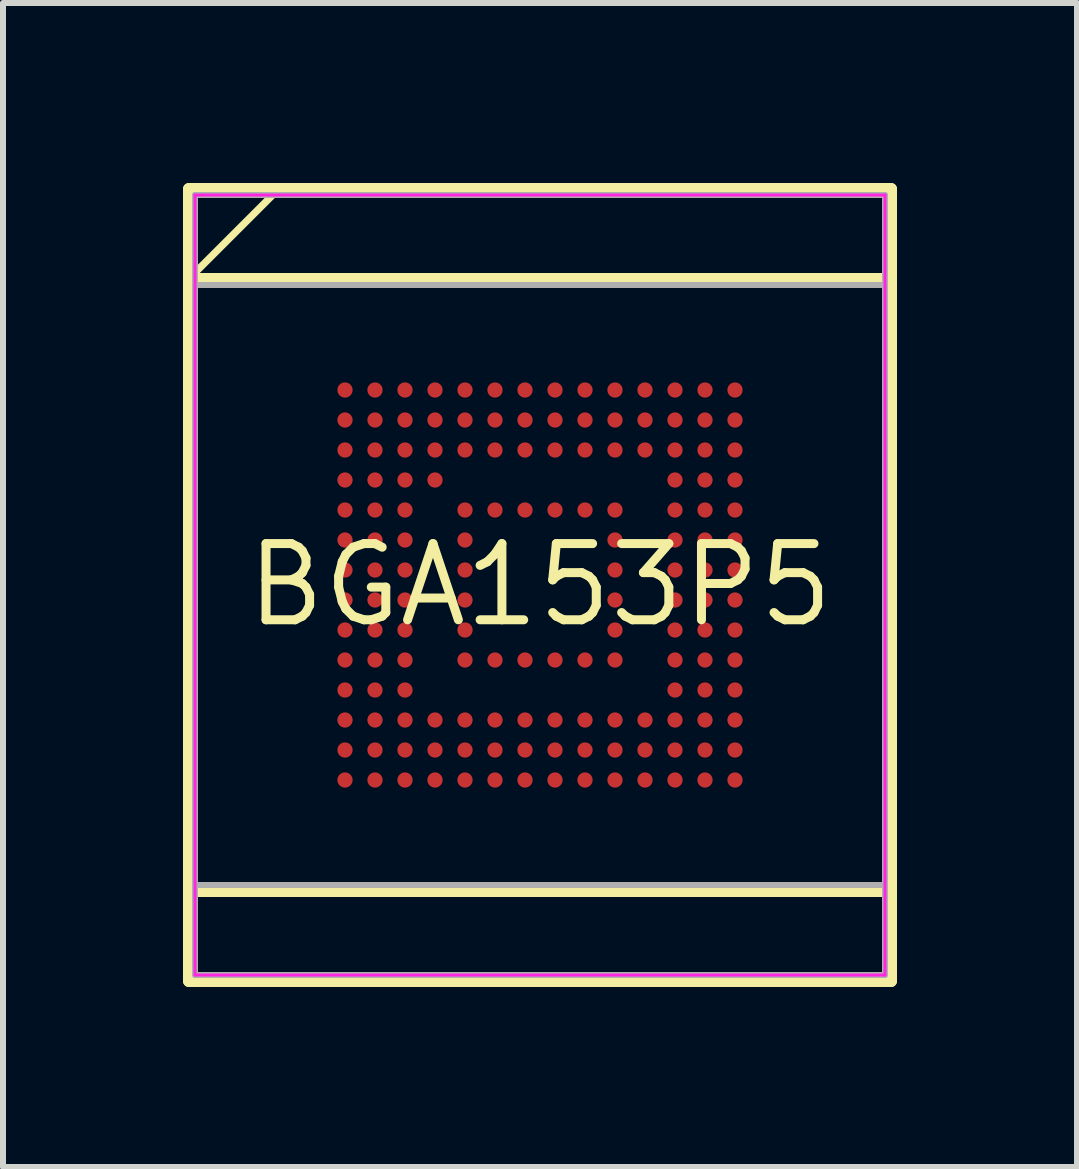
<source format=kicad_pcb>
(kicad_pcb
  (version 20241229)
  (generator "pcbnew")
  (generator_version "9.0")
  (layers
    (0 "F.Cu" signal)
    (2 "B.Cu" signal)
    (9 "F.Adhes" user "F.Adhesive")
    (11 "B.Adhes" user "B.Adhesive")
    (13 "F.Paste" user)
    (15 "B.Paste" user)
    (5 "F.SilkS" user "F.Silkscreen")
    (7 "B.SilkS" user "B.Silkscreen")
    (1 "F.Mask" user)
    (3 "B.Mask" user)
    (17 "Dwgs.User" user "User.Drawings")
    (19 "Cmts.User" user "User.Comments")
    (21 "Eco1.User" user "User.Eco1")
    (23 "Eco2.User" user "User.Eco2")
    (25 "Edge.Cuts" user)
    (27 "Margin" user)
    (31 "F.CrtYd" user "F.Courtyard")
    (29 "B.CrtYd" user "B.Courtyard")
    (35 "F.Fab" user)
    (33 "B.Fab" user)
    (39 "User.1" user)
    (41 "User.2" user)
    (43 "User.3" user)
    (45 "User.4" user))
  (footprint "BGA153P5"
    (layer "F.Cu")
    (at 5.95 6.7)
    (property "Reference" "BGA153P5" (at 0 0 0) (layer "F.SilkS") (effects (font (size 1.27 1.27) (thickness 0.15))))
    (fp_line (start -5.85 -6.6) (end -5.85 6.6) (stroke (width 0.2) (type solid)) (layer "F.SilkS"))
    (fp_line (start -5.85 5.1) (end 5.85 5.1) (stroke (width 0.2) (type solid)) (layer "F.SilkS"))
    (fp_line (start -5.85 6.6) (end 5.85 6.6) (stroke (width 0.2) (type solid)) (layer "F.SilkS"))
    (fp_line (start -5.822 -6.584) (end -5.822 -5.133) (stroke (width 0.12) (type solid)) (layer "F.SilkS"))
    (fp_line (start -5.822 -5.133) (end -4.371 -6.584) (stroke (width 0.12) (type solid)) (layer "F.SilkS"))
    (fp_line (start -4.371 -6.584) (end -5.822 -6.584) (stroke (width 0.12) (type solid)) (layer "F.SilkS"))
    (fp_line (start 5.85 -6.6) (end -5.85 -6.6) (stroke (width 0.2) (type solid)) (layer "F.SilkS"))
    (fp_line (start 5.85 -5.1) (end -5.85 -5.1) (stroke (width 0.2) (type solid)) (layer "F.SilkS"))
    (fp_line (start 5.85 6.6) (end 5.85 -6.6) (stroke (width 0.2) (type solid)) (layer "F.SilkS"))
    (fp_line (start -5.75 -6.5) (end 5.75 -6.5) (stroke (width 0.05) (type solid)) (layer "F.CrtYd"))
    (fp_line (start -5.75 6.5) (end -5.75 -6.5) (stroke (width 0.05) (type solid)) (layer "F.CrtYd"))
    (fp_line (start 5.75 -6.5) (end 5.75 6.5) (stroke (width 0.05) (type solid)) (layer "F.CrtYd"))
    (fp_line (start 5.75 6.5) (end -5.75 6.5) (stroke (width 0.05) (type solid)) (layer "F.CrtYd"))
    (fp_line (start -5.75 -6.5) (end 5.75 -6.5) (stroke (width 0.1) (type solid)) (layer "F.Fab"))
    (fp_line (start -5.75 -5) (end 5.75 -5) (stroke (width 0.1) (type solid)) (layer "F.Fab"))
    (fp_line (start -5.75 6.5) (end -5.75 -6.5) (stroke (width 0.1) (type solid)) (layer "F.Fab"))
    (fp_line (start 5.75 -6.5) (end 5.75 6.5) (stroke (width 0.1) (type solid)) (layer "F.Fab"))
    (fp_line (start 5.75 5) (end -5.75 5) (stroke (width 0.1) (type solid)) (layer "F.Fab"))
    (fp_line (start 5.75 6.5) (end -5.75 6.5) (stroke (width 0.1) (type solid)) (layer "F.Fab"))
    (pad "A1" smd circle (at -3.25 -3.25) (size 0.254 0.254) (layers "F.Cu" "F.Mask" "F.Paste"))
    (pad "A2" smd circle (at -2.75 -3.25) (size 0.254 0.254) (layers "F.Cu" "F.Mask" "F.Paste"))
    (pad "A3" smd circle (at -2.25 -3.25) (size 0.254 0.254) (layers "F.Cu" "F.Mask" "F.Paste"))
    (pad "A4" smd circle (at -1.75 -3.25) (size 0.254 0.254) (layers "F.Cu" "F.Mask" "F.Paste"))
    (pad "A5" smd circle (at -1.25 -3.25) (size 0.254 0.254) (layers "F.Cu" "F.Mask" "F.Paste"))
    (pad "A6" smd circle (at -0.75 -3.25) (size 0.254 0.254) (layers "F.Cu" "F.Mask" "F.Paste"))
    (pad "A7" smd circle (at -0.25 -3.25) (size 0.254 0.254) (layers "F.Cu" "F.Mask" "F.Paste"))
    (pad "A8" smd circle (at 0.25 -3.25) (size 0.254 0.254) (layers "F.Cu" "F.Mask" "F.Paste"))
    (pad "A9" smd circle (at 0.75 -3.25) (size 0.254 0.254) (layers "F.Cu" "F.Mask" "F.Paste"))
    (pad "A10" smd circle (at 1.25 -3.25) (size 0.254 0.254) (layers "F.Cu" "F.Mask" "F.Paste"))
    (pad "A11" smd circle (at 1.75 -3.25) (size 0.254 0.254) (layers "F.Cu" "F.Mask" "F.Paste"))
    (pad "A12" smd circle (at 2.25 -3.25) (size 0.254 0.254) (layers "F.Cu" "F.Mask" "F.Paste"))
    (pad "A13" smd circle (at 2.75 -3.25) (size 0.254 0.254) (layers "F.Cu" "F.Mask" "F.Paste"))
    (pad "A14" smd circle (at 3.25 -3.25) (size 0.254 0.254) (layers "F.Cu" "F.Mask" "F.Paste"))
    (pad "B1" smd circle (at -3.25 -2.75) (size 0.254 0.254) (layers "F.Cu" "F.Mask" "F.Paste"))
    (pad "B2" smd circle (at -2.75 -2.75) (size 0.254 0.254) (layers "F.Cu" "F.Mask" "F.Paste"))
    (pad "B3" smd circle (at -2.25 -2.75) (size 0.254 0.254) (layers "F.Cu" "F.Mask" "F.Paste"))
    (pad "B4" smd circle (at -1.75 -2.75) (size 0.254 0.254) (layers "F.Cu" "F.Mask" "F.Paste"))
    (pad "B5" smd circle (at -1.25 -2.75) (size 0.254 0.254) (layers "F.Cu" "F.Mask" "F.Paste"))
    (pad "B6" smd circle (at -0.75 -2.75) (size 0.254 0.254) (layers "F.Cu" "F.Mask" "F.Paste"))
    (pad "B7" smd circle (at -0.25 -2.75) (size 0.254 0.254) (layers "F.Cu" "F.Mask" "F.Paste"))
    (pad "B8" smd circle (at 0.25 -2.75) (size 0.254 0.254) (layers "F.Cu" "F.Mask" "F.Paste"))
    (pad "B9" smd circle (at 0.75 -2.75) (size 0.254 0.254) (layers "F.Cu" "F.Mask" "F.Paste"))
    (pad "B10" smd circle (at 1.25 -2.75) (size 0.254 0.254) (layers "F.Cu" "F.Mask" "F.Paste"))
    (pad "B11" smd circle (at 1.75 -2.75) (size 0.254 0.254) (layers "F.Cu" "F.Mask" "F.Paste"))
    (pad "B12" smd circle (at 2.25 -2.75) (size 0.254 0.254) (layers "F.Cu" "F.Mask" "F.Paste"))
    (pad "B13" smd circle (at 2.75 -2.75) (size 0.254 0.254) (layers "F.Cu" "F.Mask" "F.Paste"))
    (pad "B14" smd circle (at 3.25 -2.75) (size 0.254 0.254) (layers "F.Cu" "F.Mask" "F.Paste"))
    (pad "C1" smd circle (at -3.25 -2.25) (size 0.254 0.254) (layers "F.Cu" "F.Mask" "F.Paste"))
    (pad "C2" smd circle (at -2.75 -2.25) (size 0.254 0.254) (layers "F.Cu" "F.Mask" "F.Paste"))
    (pad "C3" smd circle (at -2.25 -2.25) (size 0.254 0.254) (layers "F.Cu" "F.Mask" "F.Paste"))
    (pad "C4" smd circle (at -1.75 -2.25) (size 0.254 0.254) (layers "F.Cu" "F.Mask" "F.Paste"))
    (pad "C5" smd circle (at -1.25 -2.25) (size 0.254 0.254) (layers "F.Cu" "F.Mask" "F.Paste"))
    (pad "C6" smd circle (at -0.75 -2.25) (size 0.254 0.254) (layers "F.Cu" "F.Mask" "F.Paste"))
    (pad "C7" smd circle (at -0.25 -2.25) (size 0.254 0.254) (layers "F.Cu" "F.Mask" "F.Paste"))
    (pad "C8" smd circle (at 0.25 -2.25) (size 0.254 0.254) (layers "F.Cu" "F.Mask" "F.Paste"))
    (pad "C9" smd circle (at 0.75 -2.25) (size 0.254 0.254) (layers "F.Cu" "F.Mask" "F.Paste"))
    (pad "C10" smd circle (at 1.25 -2.25) (size 0.254 0.254) (layers "F.Cu" "F.Mask" "F.Paste"))
    (pad "C11" smd circle (at 1.75 -2.25) (size 0.254 0.254) (layers "F.Cu" "F.Mask" "F.Paste"))
    (pad "C12" smd circle (at 2.25 -2.25) (size 0.254 0.254) (layers "F.Cu" "F.Mask" "F.Paste"))
    (pad "C13" smd circle (at 2.75 -2.25) (size 0.254 0.254) (layers "F.Cu" "F.Mask" "F.Paste"))
    (pad "C14" smd circle (at 3.25 -2.25) (size 0.254 0.254) (layers "F.Cu" "F.Mask" "F.Paste"))
    (pad "D1" smd circle (at -3.25 -1.75) (size 0.254 0.254) (layers "F.Cu" "F.Mask" "F.Paste"))
    (pad "D2" smd circle (at -2.75 -1.75) (size 0.254 0.254) (layers "F.Cu" "F.Mask" "F.Paste"))
    (pad "D3" smd circle (at -2.25 -1.75) (size 0.254 0.254) (layers "F.Cu" "F.Mask" "F.Paste"))
    (pad "D4" smd circle (at -1.75 -1.75) (size 0.254 0.254) (layers "F.Cu" "F.Mask" "F.Paste"))
    (pad "D12" smd circle (at 2.25 -1.75) (size 0.254 0.254) (layers "F.Cu" "F.Mask" "F.Paste"))
    (pad "D13" smd circle (at 2.75 -1.75) (size 0.254 0.254) (layers "F.Cu" "F.Mask" "F.Paste"))
    (pad "D14" smd circle (at 3.25 -1.75) (size 0.254 0.254) (layers "F.Cu" "F.Mask" "F.Paste"))
    (pad "E1" smd circle (at -3.25 -1.25) (size 0.254 0.254) (layers "F.Cu" "F.Mask" "F.Paste"))
    (pad "E2" smd circle (at -2.75 -1.25) (size 0.254 0.254) (layers "F.Cu" "F.Mask" "F.Paste"))
    (pad "E3" smd circle (at -2.25 -1.25) (size 0.254 0.254) (layers "F.Cu" "F.Mask" "F.Paste"))
    (pad "E5" smd circle (at -1.25 -1.25) (size 0.254 0.254) (layers "F.Cu" "F.Mask" "F.Paste"))
    (pad "E6" smd circle (at -0.75 -1.25) (size 0.254 0.254) (layers "F.Cu" "F.Mask" "F.Paste"))
    (pad "E7" smd circle (at -0.25 -1.25) (size 0.254 0.254) (layers "F.Cu" "F.Mask" "F.Paste"))
    (pad "E8" smd circle (at 0.25 -1.25) (size 0.254 0.254) (layers "F.Cu" "F.Mask" "F.Paste"))
    (pad "E9" smd circle (at 0.75 -1.25) (size 0.254 0.254) (layers "F.Cu" "F.Mask" "F.Paste"))
    (pad "E10" smd circle (at 1.25 -1.25) (size 0.254 0.254) (layers "F.Cu" "F.Mask" "F.Paste"))
    (pad "E12" smd circle (at 2.25 -1.25) (size 0.254 0.254) (layers "F.Cu" "F.Mask" "F.Paste"))
    (pad "E13" smd circle (at 2.75 -1.25) (size 0.254 0.254) (layers "F.Cu" "F.Mask" "F.Paste"))
    (pad "E14" smd circle (at 3.25 -1.25) (size 0.254 0.254) (layers "F.Cu" "F.Mask" "F.Paste"))
    (pad "F1" smd circle (at -3.25 -0.75) (size 0.254 0.254) (layers "F.Cu" "F.Mask" "F.Paste"))
    (pad "F2" smd circle (at -2.75 -0.75) (size 0.254 0.254) (layers "F.Cu" "F.Mask" "F.Paste"))
    (pad "F3" smd circle (at -2.25 -0.75) (size 0.254 0.254) (layers "F.Cu" "F.Mask" "F.Paste"))
    (pad "F5" smd circle (at -1.25 -0.75) (size 0.254 0.254) (layers "F.Cu" "F.Mask" "F.Paste"))
    (pad "F10" smd circle (at 1.25 -0.75) (size 0.254 0.254) (layers "F.Cu" "F.Mask" "F.Paste"))
    (pad "F12" smd circle (at 2.25 -0.75) (size 0.254 0.254) (layers "F.Cu" "F.Mask" "F.Paste"))
    (pad "F13" smd circle (at 2.75 -0.75) (size 0.254 0.254) (layers "F.Cu" "F.Mask" "F.Paste"))
    (pad "F14" smd circle (at 3.25 -0.75) (size 0.254 0.254) (layers "F.Cu" "F.Mask" "F.Paste"))
    (pad "G1" smd circle (at -3.25 -0.25) (size 0.254 0.254) (layers "F.Cu" "F.Mask" "F.Paste"))
    (pad "G2" smd circle (at -2.75 -0.25) (size 0.254 0.254) (layers "F.Cu" "F.Mask" "F.Paste"))
    (pad "G3" smd circle (at -2.25 -0.25) (size 0.254 0.254) (layers "F.Cu" "F.Mask" "F.Paste"))
    (pad "G5" smd circle (at -1.25 -0.25) (size 0.254 0.254) (layers "F.Cu" "F.Mask" "F.Paste"))
    (pad "G10" smd circle (at 1.25 -0.25) (size 0.254 0.254) (layers "F.Cu" "F.Mask" "F.Paste"))
    (pad "G12" smd circle (at 2.25 -0.25) (size 0.254 0.254) (layers "F.Cu" "F.Mask" "F.Paste"))
    (pad "G13" smd circle (at 2.75 -0.25) (size 0.254 0.254) (layers "F.Cu" "F.Mask" "F.Paste"))
    (pad "G14" smd circle (at 3.25 -0.25) (size 0.254 0.254) (layers "F.Cu" "F.Mask" "F.Paste"))
    (pad "H1" smd circle (at -3.25 0.25) (size 0.254 0.254) (layers "F.Cu" "F.Mask" "F.Paste"))
    (pad "H2" smd circle (at -2.75 0.25) (size 0.254 0.254) (layers "F.Cu" "F.Mask" "F.Paste"))
    (pad "H3" smd circle (at -2.25 0.25) (size 0.254 0.254) (layers "F.Cu" "F.Mask" "F.Paste"))
    (pad "H5" smd circle (at -1.25 0.25) (size 0.254 0.254) (layers "F.Cu" "F.Mask" "F.Paste"))
    (pad "H10" smd circle (at 1.25 0.25) (size 0.254 0.254) (layers "F.Cu" "F.Mask" "F.Paste"))
    (pad "H12" smd circle (at 2.25 0.25) (size 0.254 0.254) (layers "F.Cu" "F.Mask" "F.Paste"))
    (pad "H13" smd circle (at 2.75 0.25) (size 0.254 0.254) (layers "F.Cu" "F.Mask" "F.Paste"))
    (pad "H14" smd circle (at 3.25 0.25) (size 0.254 0.254) (layers "F.Cu" "F.Mask" "F.Paste"))
    (pad "J1" smd circle (at -3.25 0.75) (size 0.254 0.254) (layers "F.Cu" "F.Mask" "F.Paste"))
    (pad "J2" smd circle (at -2.75 0.75) (size 0.254 0.254) (layers "F.Cu" "F.Mask" "F.Paste"))
    (pad "J3" smd circle (at -2.25 0.75) (size 0.254 0.254) (layers "F.Cu" "F.Mask" "F.Paste"))
    (pad "J5" smd circle (at -1.25 0.75) (size 0.254 0.254) (layers "F.Cu" "F.Mask" "F.Paste"))
    (pad "J10" smd circle (at 1.25 0.75) (size 0.254 0.254) (layers "F.Cu" "F.Mask" "F.Paste"))
    (pad "J12" smd circle (at 2.25 0.75) (size 0.254 0.254) (layers "F.Cu" "F.Mask" "F.Paste"))
    (pad "J13" smd circle (at 2.75 0.75) (size 0.254 0.254) (layers "F.Cu" "F.Mask" "F.Paste"))
    (pad "J14" smd circle (at 3.25 0.75) (size 0.254 0.254) (layers "F.Cu" "F.Mask" "F.Paste"))
    (pad "K1" smd circle (at -3.25 1.25) (size 0.254 0.254) (layers "F.Cu" "F.Mask" "F.Paste"))
    (pad "K2" smd circle (at -2.75 1.25) (size 0.254 0.254) (layers "F.Cu" "F.Mask" "F.Paste"))
    (pad "K3" smd circle (at -2.25 1.25) (size 0.254 0.254) (layers "F.Cu" "F.Mask" "F.Paste"))
    (pad "K5" smd circle (at -1.25 1.25) (size 0.254 0.254) (layers "F.Cu" "F.Mask" "F.Paste"))
    (pad "K6" smd circle (at -0.75 1.25) (size 0.254 0.254) (layers "F.Cu" "F.Mask" "F.Paste"))
    (pad "K7" smd circle (at -0.25 1.25) (size 0.254 0.254) (layers "F.Cu" "F.Mask" "F.Paste"))
    (pad "K8" smd circle (at 0.25 1.25) (size 0.254 0.254) (layers "F.Cu" "F.Mask" "F.Paste"))
    (pad "K9" smd circle (at 0.75 1.25) (size 0.254 0.254) (layers "F.Cu" "F.Mask" "F.Paste"))
    (pad "K10" smd circle (at 1.25 1.25) (size 0.254 0.254) (layers "F.Cu" "F.Mask" "F.Paste"))
    (pad "K12" smd circle (at 2.25 1.25) (size 0.254 0.254) (layers "F.Cu" "F.Mask" "F.Paste"))
    (pad "K13" smd circle (at 2.75 1.25) (size 0.254 0.254) (layers "F.Cu" "F.Mask" "F.Paste"))
    (pad "K14" smd circle (at 3.25 1.25) (size 0.254 0.254) (layers "F.Cu" "F.Mask" "F.Paste"))
    (pad "L1" smd circle (at -3.25 1.75) (size 0.254 0.254) (layers "F.Cu" "F.Mask" "F.Paste"))
    (pad "L2" smd circle (at -2.75 1.75) (size 0.254 0.254) (layers "F.Cu" "F.Mask" "F.Paste"))
    (pad "L3" smd circle (at -2.25 1.75) (size 0.254 0.254) (layers "F.Cu" "F.Mask" "F.Paste"))
    (pad "L12" smd circle (at 2.25 1.75) (size 0.254 0.254) (layers "F.Cu" "F.Mask" "F.Paste"))
    (pad "L13" smd circle (at 2.75 1.75) (size 0.254 0.254) (layers "F.Cu" "F.Mask" "F.Paste"))
    (pad "L14" smd circle (at 3.25 1.75) (size 0.254 0.254) (layers "F.Cu" "F.Mask" "F.Paste"))
    (pad "M1" smd circle (at -3.25 2.25) (size 0.254 0.254) (layers "F.Cu" "F.Mask" "F.Paste"))
    (pad "M2" smd circle (at -2.75 2.25) (size 0.254 0.254) (layers "F.Cu" "F.Mask" "F.Paste"))
    (pad "M3" smd circle (at -2.25 2.25) (size 0.254 0.254) (layers "F.Cu" "F.Mask" "F.Paste"))
    (pad "M4" smd circle (at -1.75 2.25) (size 0.254 0.254) (layers "F.Cu" "F.Mask" "F.Paste"))
    (pad "M5" smd circle (at -1.25 2.25) (size 0.254 0.254) (layers "F.Cu" "F.Mask" "F.Paste"))
    (pad "M6" smd circle (at -0.75 2.25) (size 0.254 0.254) (layers "F.Cu" "F.Mask" "F.Paste"))
    (pad "M7" smd circle (at -0.25 2.25) (size 0.254 0.254) (layers "F.Cu" "F.Mask" "F.Paste"))
    (pad "M8" smd circle (at 0.25 2.25) (size 0.254 0.254) (layers "F.Cu" "F.Mask" "F.Paste"))
    (pad "M9" smd circle (at 0.75 2.25) (size 0.254 0.254) (layers "F.Cu" "F.Mask" "F.Paste"))
    (pad "M10" smd circle (at 1.25 2.25) (size 0.254 0.254) (layers "F.Cu" "F.Mask" "F.Paste"))
    (pad "M11" smd circle (at 1.75 2.25) (size 0.254 0.254) (layers "F.Cu" "F.Mask" "F.Paste"))
    (pad "M12" smd circle (at 2.25 2.25) (size 0.254 0.254) (layers "F.Cu" "F.Mask" "F.Paste"))
    (pad "M13" smd circle (at 2.75 2.25) (size 0.254 0.254) (layers "F.Cu" "F.Mask" "F.Paste"))
    (pad "M14" smd circle (at 3.25 2.25) (size 0.254 0.254) (layers "F.Cu" "F.Mask" "F.Paste"))
    (pad "N1" smd circle (at -3.25 2.75) (size 0.254 0.254) (layers "F.Cu" "F.Mask" "F.Paste"))
    (pad "N2" smd circle (at -2.75 2.75) (size 0.254 0.254) (layers "F.Cu" "F.Mask" "F.Paste"))
    (pad "N3" smd circle (at -2.25 2.75) (size 0.254 0.254) (layers "F.Cu" "F.Mask" "F.Paste"))
    (pad "N4" smd circle (at -1.75 2.75) (size 0.254 0.254) (layers "F.Cu" "F.Mask" "F.Paste"))
    (pad "N5" smd circle (at -1.25 2.75) (size 0.254 0.254) (layers "F.Cu" "F.Mask" "F.Paste"))
    (pad "N6" smd circle (at -0.75 2.75) (size 0.254 0.254) (layers "F.Cu" "F.Mask" "F.Paste"))
    (pad "N7" smd circle (at -0.25 2.75) (size 0.254 0.254) (layers "F.Cu" "F.Mask" "F.Paste"))
    (pad "N8" smd circle (at 0.25 2.75) (size 0.254 0.254) (layers "F.Cu" "F.Mask" "F.Paste"))
    (pad "N9" smd circle (at 0.75 2.75) (size 0.254 0.254) (layers "F.Cu" "F.Mask" "F.Paste"))
    (pad "N10" smd circle (at 1.25 2.75) (size 0.254 0.254) (layers "F.Cu" "F.Mask" "F.Paste"))
    (pad "N11" smd circle (at 1.75 2.75) (size 0.254 0.254) (layers "F.Cu" "F.Mask" "F.Paste"))
    (pad "N12" smd circle (at 2.25 2.75) (size 0.254 0.254) (layers "F.Cu" "F.Mask" "F.Paste"))
    (pad "N13" smd circle (at 2.75 2.75) (size 0.254 0.254) (layers "F.Cu" "F.Mask" "F.Paste"))
    (pad "N14" smd circle (at 3.25 2.75) (size 0.254 0.254) (layers "F.Cu" "F.Mask" "F.Paste"))
    (pad "P1" smd circle (at -3.25 3.25) (size 0.254 0.254) (layers "F.Cu" "F.Mask" "F.Paste"))
    (pad "P2" smd circle (at -2.75 3.25) (size 0.254 0.254) (layers "F.Cu" "F.Mask" "F.Paste"))
    (pad "P3" smd circle (at -2.25 3.25) (size 0.254 0.254) (layers "F.Cu" "F.Mask" "F.Paste"))
    (pad "P4" smd circle (at -1.75 3.25) (size 0.254 0.254) (layers "F.Cu" "F.Mask" "F.Paste"))
    (pad "P5" smd circle (at -1.25 3.25) (size 0.254 0.254) (layers "F.Cu" "F.Mask" "F.Paste"))
    (pad "P6" smd circle (at -0.75 3.25) (size 0.254 0.254) (layers "F.Cu" "F.Mask" "F.Paste"))
    (pad "P7" smd circle (at -0.25 3.25) (size 0.254 0.254) (layers "F.Cu" "F.Mask" "F.Paste"))
    (pad "P8" smd circle (at 0.25 3.25) (size 0.254 0.254) (layers "F.Cu" "F.Mask" "F.Paste"))
    (pad "P9" smd circle (at 0.75 3.25) (size 0.254 0.254) (layers "F.Cu" "F.Mask" "F.Paste"))
    (pad "P10" smd circle (at 1.25 3.25) (size 0.254 0.254) (layers "F.Cu" "F.Mask" "F.Paste"))
    (pad "P11" smd circle (at 1.75 3.25) (size 0.254 0.254) (layers "F.Cu" "F.Mask" "F.Paste"))
    (pad "P12" smd circle (at 2.25 3.25) (size 0.254 0.254) (layers "F.Cu" "F.Mask" "F.Paste"))
    (pad "P13" smd circle (at 2.75 3.25) (size 0.254 0.254) (layers "F.Cu" "F.Mask" "F.Paste"))
    (pad "P14" smd circle (at 3.25 3.25) (size 0.254 0.254) (layers "F.Cu" "F.Mask" "F.Paste")))
  (gr_rect
    (start -3 -3)
    (end 14.9 16.4)
    (stroke (width 0.1) (type default))
    (fill no)
    (layer "Edge.Cuts")))
</source>
